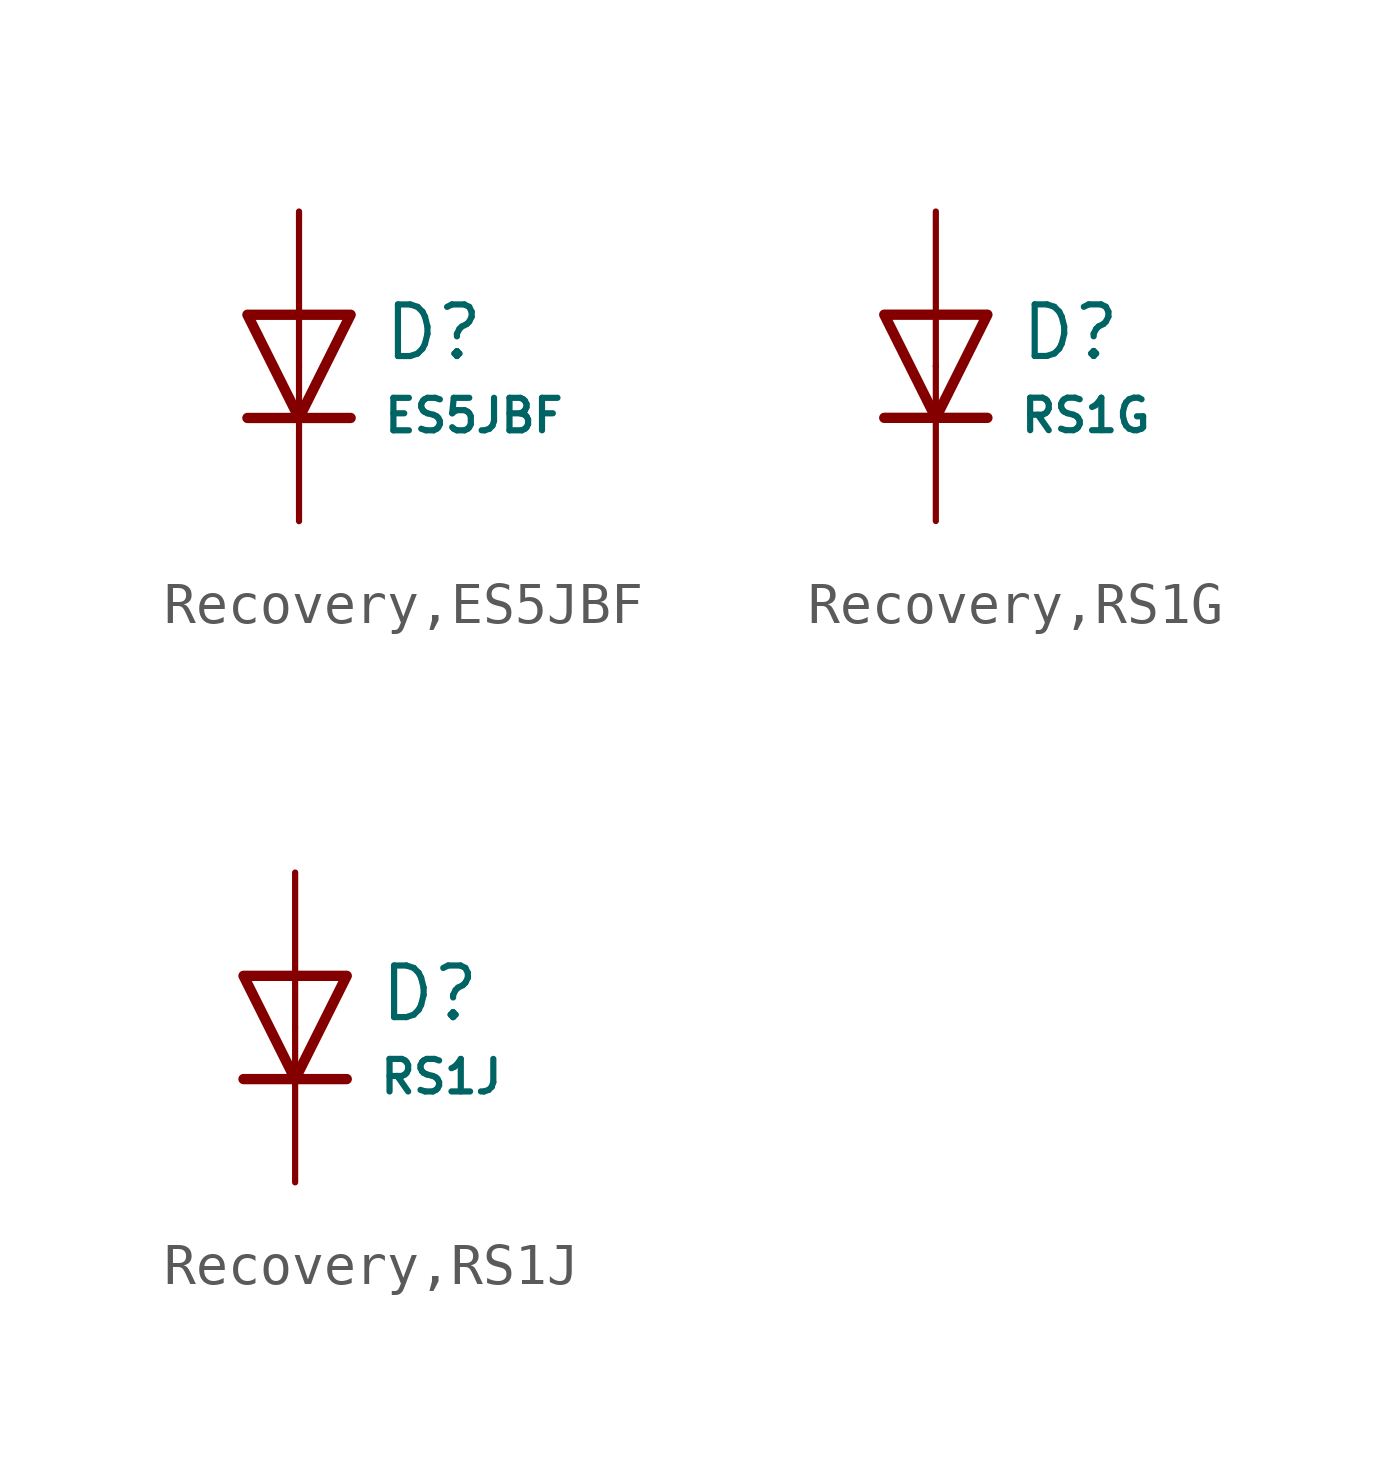
<source format=kicad_sym>
(kicad_symbol_lib
  (version 20231120)
  (generator "CDFER")
  (generator_version "8.0")
  (symbol "Recovery,ES5JBF"
    (pin_numbers hide)
    (pin_names
      (offset 0))
    (property "Reference" "D"
      (at 2.032 0.834 0)
      (effects (font (size 1.27 1.27)) (justify left)))
    (property "Value" "ES5JBF"
      (at 2.032 -1.212 0)
      (effects (font (size 0.8 0.8)) (justify left)))
    (symbol "Recovery,ES5JBF_0_1"
      (polyline (pts (xy -1.27 1.27) (xy 0.00 -1.27) (xy 1.27 1.27) (xy -1.27 1.27)) (stroke (width 0.254) (type default)) (fill (type none))))
    (symbol "Recovery,ES5JBF_0_1"
      (polyline (pts (xy -1.27 -1.27) (xy 1.27 -1.27)) (stroke (width 0.254) (type default)) (fill (type none))))
    (symbol "Recovery,ES5JBF_1_1"
      (pin passive line (at 0 3.81 270) (length 3.81) (name "~" (effects (font (size 1.27 1.27)))) (number "2" (effects (font (size 1.27 1.27)))))
      (pin passive line (at 0 -3.81 90) (length 3.81) (name "~" (effects (font (size 1.27 1.27)))) (number "1" (effects (font (size 1.27 1.27)))))))
  (symbol "Recovery,RS1G"
    (pin_numbers hide)
    (pin_names
      (offset 0))
    (property "Reference" "D"
      (at 2.032 0.834 0)
      (effects (font (size 1.27 1.27)) (justify left)))
    (property "Value" "RS1G"
      (at 2.032 -1.212 0)
      (effects (font (size 0.8 0.8)) (justify left)))
    (symbol "Recovery,RS1G_0_1"
      (polyline (pts (xy -1.27 1.27) (xy 0.00 -1.27) (xy 1.27 1.27) (xy -1.27 1.27)) (stroke (width 0.254) (type default)) (fill (type none))))
    (symbol "Recovery,RS1G_0_1"
      (polyline (pts (xy -1.27 -1.27) (xy 1.27 -1.27)) (stroke (width 0.254) (type default)) (fill (type none))))
    (symbol "Recovery,RS1G_1_1"
      (pin passive line (at 0 3.81 270) (length 3.81) (name "~" (effects (font (size 1.27 1.27)))) (number "2" (effects (font (size 1.27 1.27)))))
      (pin passive line (at 0 -3.81 90) (length 3.81) (name "~" (effects (font (size 1.27 1.27)))) (number "1" (effects (font (size 1.27 1.27)))))))
  (symbol "Recovery,RS1J"
    (pin_numbers hide)
    (pin_names
      (offset 0))
    (property "Reference" "D"
      (at 2.032 0.834 0)
      (effects (font (size 1.27 1.27)) (justify left)))
    (property "Value" "RS1J"
      (at 2.032 -1.212 0)
      (effects (font (size 0.8 0.8)) (justify left)))
    (symbol "Recovery,RS1J_0_1"
      (polyline (pts (xy -1.27 1.27) (xy 0.00 -1.27) (xy 1.27 1.27) (xy -1.27 1.27)) (stroke (width 0.254) (type default)) (fill (type none))))
    (symbol "Recovery,RS1J_0_1"
      (polyline (pts (xy -1.27 -1.27) (xy 1.27 -1.27)) (stroke (width 0.254) (type default)) (fill (type none))))
    (symbol "Recovery,RS1J_1_1"
      (pin passive line (at 0 3.81 270) (length 3.81) (name "~" (effects (font (size 1.27 1.27)))) (number "2" (effects (font (size 1.27 1.27)))))
      (pin passive line (at 0 -3.81 90) (length 3.81) (name "~" (effects (font (size 1.27 1.27)))) (number "1" (effects (font (size 1.27 1.27))))))))
</source>
